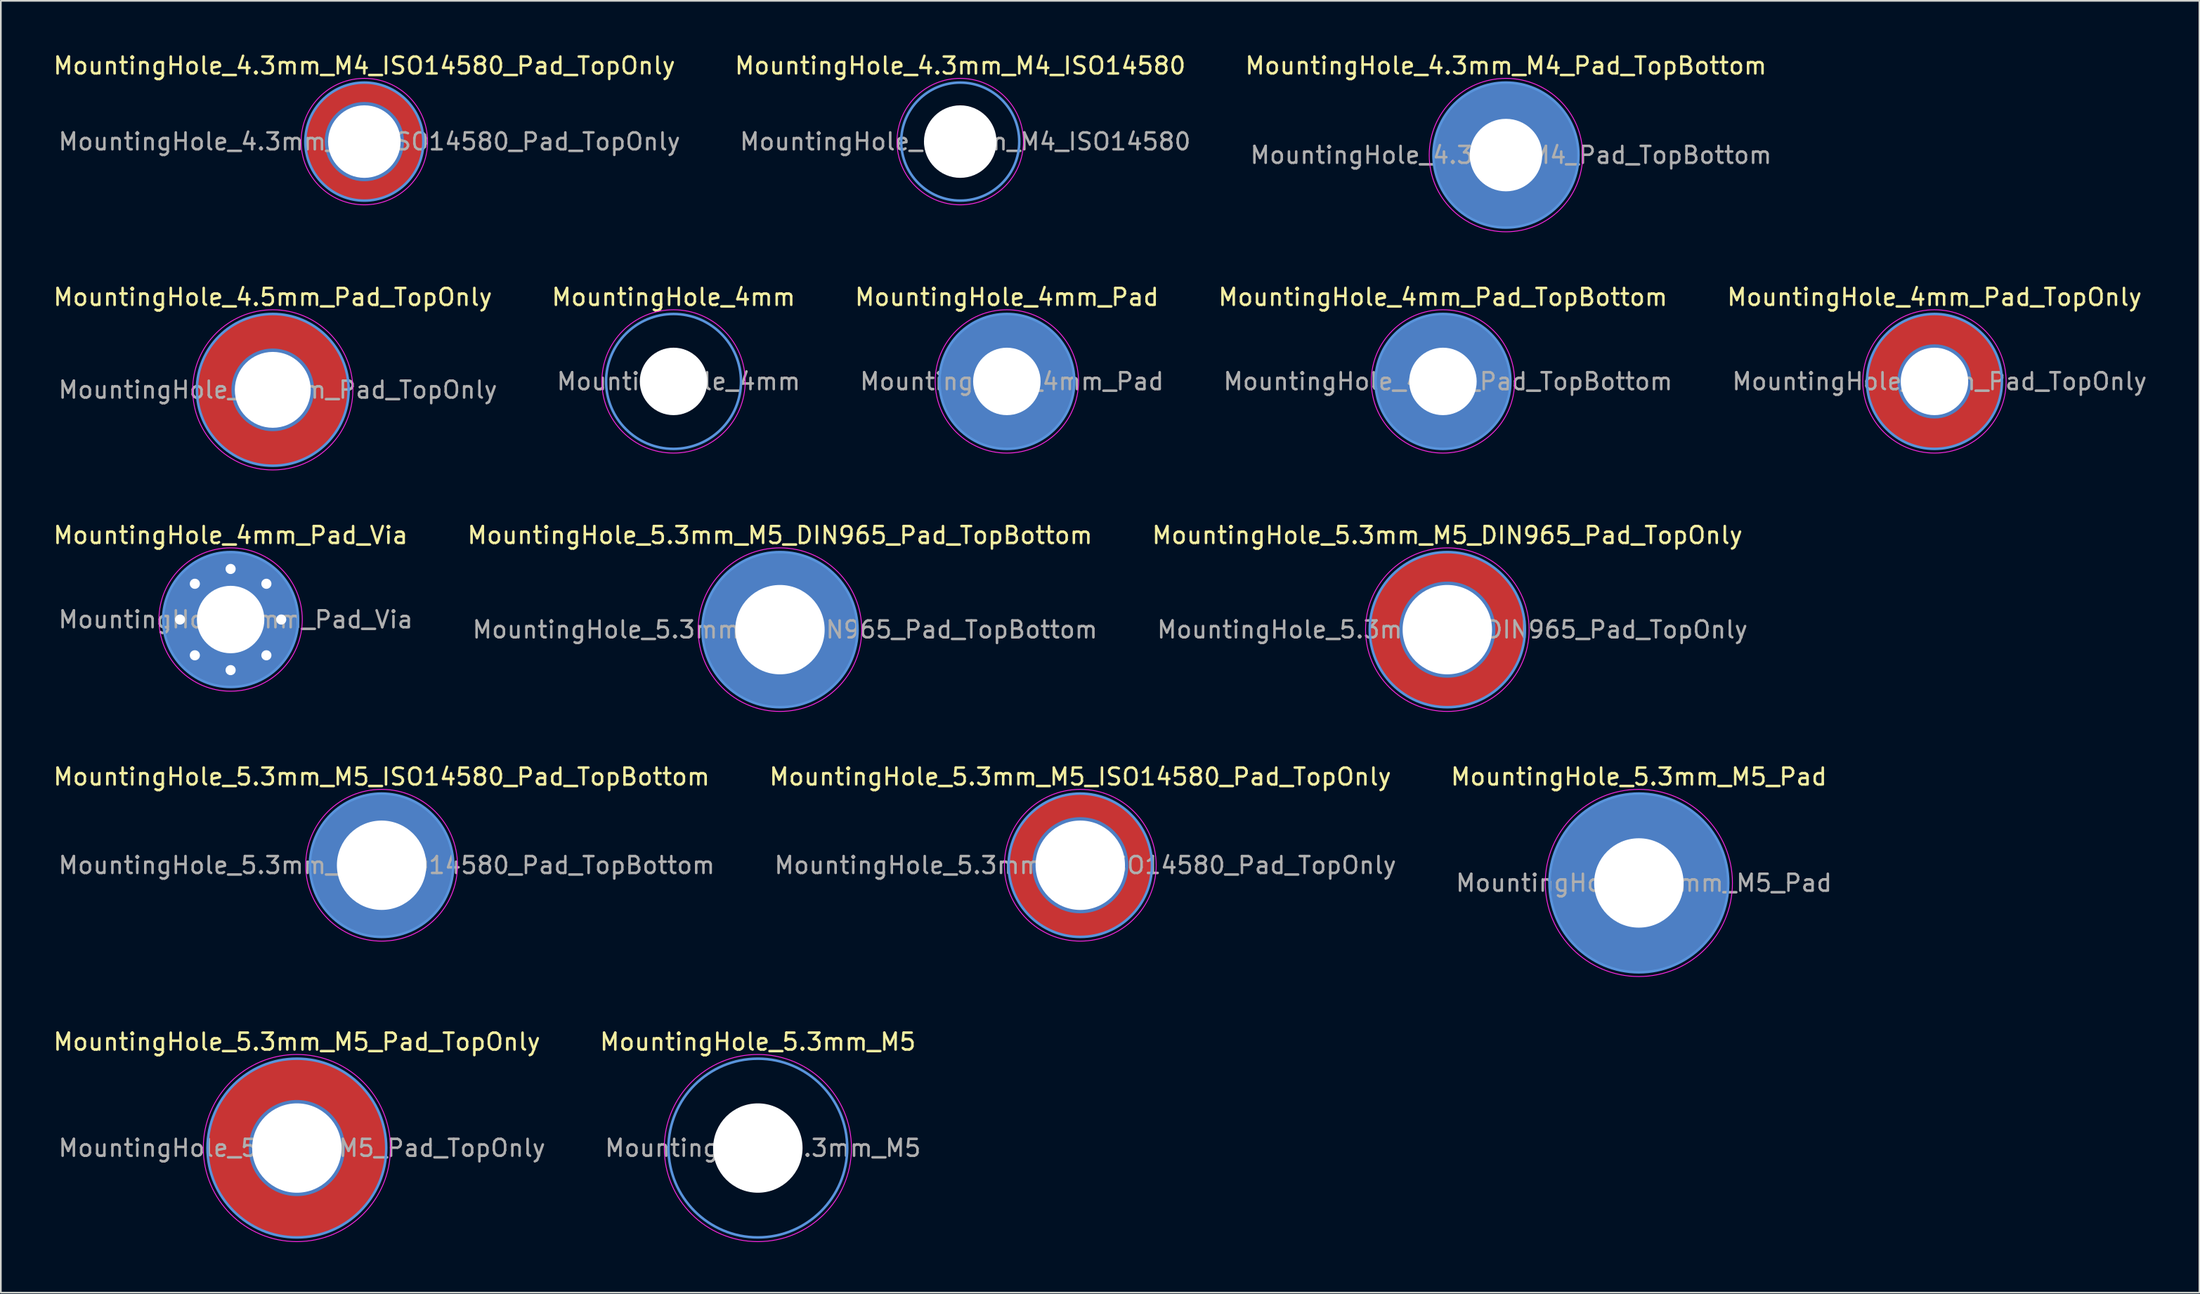
<source format=kicad_pcb>
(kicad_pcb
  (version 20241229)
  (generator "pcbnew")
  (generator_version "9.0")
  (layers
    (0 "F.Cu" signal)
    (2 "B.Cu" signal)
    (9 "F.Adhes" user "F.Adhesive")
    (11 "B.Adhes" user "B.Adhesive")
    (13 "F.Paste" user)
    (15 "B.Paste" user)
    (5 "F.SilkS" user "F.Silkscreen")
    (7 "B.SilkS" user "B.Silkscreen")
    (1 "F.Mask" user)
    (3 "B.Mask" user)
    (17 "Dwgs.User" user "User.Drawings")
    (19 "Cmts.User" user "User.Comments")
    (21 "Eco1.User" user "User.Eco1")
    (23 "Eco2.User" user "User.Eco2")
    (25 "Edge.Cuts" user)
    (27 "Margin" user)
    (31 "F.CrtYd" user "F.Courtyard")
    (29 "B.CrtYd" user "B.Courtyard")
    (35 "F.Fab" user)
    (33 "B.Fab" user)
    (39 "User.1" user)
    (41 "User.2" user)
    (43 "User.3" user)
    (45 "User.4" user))
  (footprint "MountingHole_4.3mm_M4_Pad_TopBottom"
    (layer "F.Cu")
    (at 86.249 6.148)
    (property "Reference" "MountingHole_4.3mm_M4_Pad_TopBottom" (at 0 -5.3 0) (layer "F.SilkS") (effects (font (size 1 1) (thickness 0.15))))
    (attr exclude_from_pos_files exclude_from_bom)
    (fp_circle (center 0 0) (end 4.3 0) (stroke (width 0.15) (type solid)) (fill no) (layer "Cmts.User"))
    (fp_circle (center 0 0) (end 4.55 0) (stroke (width 0.05) (type solid)) (fill no) (layer "F.CrtYd"))
    (fp_text user "${REFERENCE}" (at 0.3 0 0) (layer "F.Fab") (effects (font (size 1 1) (thickness 0.15))))
    (pad "1" thru_hole circle (at 0 0) (size 4.7 4.7) (drill 4.3) (layers "*.Cu" "*.Mask"))
    (pad "1" connect circle (at 0 0) (size 8.6 8.6) (layers "F.Cu" "F.Mask"))
    (pad "1" connect circle (at 0 0) (size 8.6 8.6) (layers "B.Cu" "B.Mask")))
  (footprint "MountingHole_5.3mm_M5_DIN965_Pad_TopBottom"
    (layer "F.Cu")
    (at 43.199 34.295)
    (property "Reference" "MountingHole_5.3mm_M5_DIN965_Pad_TopBottom" (at 0 -5.6 0) (layer "F.SilkS") (effects (font (size 1 1) (thickness 0.15))))
    (attr exclude_from_pos_files exclude_from_bom)
    (fp_circle (center 0 0) (end 4.6 0) (stroke (width 0.15) (type solid)) (fill no) (layer "Cmts.User"))
    (fp_circle (center 0 0) (end 4.85 0) (stroke (width 0.05) (type solid)) (fill no) (layer "F.CrtYd"))
    (fp_text user "${REFERENCE}" (at 0.3 0 0) (layer "F.Fab") (effects (font (size 1 1) (thickness 0.15))))
    (pad "1" thru_hole circle (at 0 0) (size 5.7 5.7) (drill 5.3) (layers "*.Cu" "*.Mask"))
    (pad "1" connect circle (at 0 0) (size 9.2 9.2) (layers "F.Cu" "F.Mask"))
    (pad "1" connect circle (at 0 0) (size 9.2 9.2) (layers "B.Cu" "B.Mask")))
  (footprint "MountingHole_5.3mm_M5_Pad_TopOnly"
    (layer "F.Cu")
    (at 14.554 65.041)
    (property "Reference" "MountingHole_5.3mm_M5_Pad_TopOnly" (at 0 -6.3 0) (layer "F.SilkS") (effects (font (size 1 1) (thickness 0.15))))
    (attr exclude_from_pos_files exclude_from_bom)
    (fp_circle (center 0 0) (end 5.3 0) (stroke (width 0.15) (type solid)) (fill no) (layer "Cmts.User"))
    (fp_circle (center 0 0) (end 5.55 0) (stroke (width 0.05) (type solid)) (fill no) (layer "F.CrtYd"))
    (fp_text user "${REFERENCE}" (at 0.3 0 0) (layer "F.Fab") (effects (font (size 1 1) (thickness 0.15))))
    (pad "1" thru_hole circle (at 0 0) (size 5.7 5.7) (drill 5.3) (layers "*.Cu" "*.Mask"))
    (pad "1" connect circle (at 0 0) (size 10.6 10.6) (layers "F.Cu" "F.Mask")))
  (footprint "MountingHole_4mm_Pad_TopOnly"
    (layer "F.Cu")
    (at 111.658 19.572)
    (property "Reference" "MountingHole_4mm_Pad_TopOnly" (at 0 -5 0) (layer "F.SilkS") (effects (font (size 1 1) (thickness 0.15))))
    (attr exclude_from_pos_files exclude_from_bom)
    (fp_circle (center 0 0) (end 4 0) (stroke (width 0.15) (type solid)) (fill no) (layer "Cmts.User"))
    (fp_circle (center 0 0) (end 4.25 0) (stroke (width 0.05) (type solid)) (fill no) (layer "F.CrtYd"))
    (fp_text user "${REFERENCE}" (at 0.3 0 0) (layer "F.Fab") (effects (font (size 1 1) (thickness 0.15))))
    (pad "1" thru_hole circle (at 0 0) (size 4.4 4.4) (drill 4) (layers "*.Cu" "*.Mask"))
    (pad "1" connect circle (at 0 0) (size 8 8) (layers "F.Cu" "F.Mask")))
  (footprint "MountingHole_4mm"
    (layer "F.Cu")
    (at 36.889 19.572)
    (property "Reference" "MountingHole_4mm" (at 0 -5 0) (layer "F.SilkS") (effects (font (size 1 1) (thickness 0.15))))
    (attr exclude_from_pos_files exclude_from_bom)
    (fp_circle (center 0 0) (end 4 0) (stroke (width 0.15) (type solid)) (fill no) (layer "Cmts.User"))
    (fp_circle (center 0 0) (end 4.25 0) (stroke (width 0.05) (type solid)) (fill no) (layer "F.CrtYd"))
    (fp_text user "${REFERENCE}" (at 0.3 0 0) (layer "F.Fab") (effects (font (size 1 1) (thickness 0.15))))
    (pad "" np_thru_hole circle (at 0 0) (size 4 4) (drill 4) (layers "*.Cu" "*.Mask")))
  (footprint "MountingHole_4mm_Pad_Via"
    (layer "F.Cu")
    (at 10.625 33.695)
    (property "Reference" "MountingHole_4mm_Pad_Via" (at 0 -5 0) (layer "F.SilkS") (effects (font (size 1 1) (thickness 0.15))))
    (attr exclude_from_pos_files exclude_from_bom)
    (fp_circle (center 0 0) (end 4 0) (stroke (width 0.15) (type solid)) (fill no) (layer "Cmts.User"))
    (fp_circle (center 0 0) (end 4.25 0) (stroke (width 0.05) (type solid)) (fill no) (layer "F.CrtYd"))
    (fp_text user "${REFERENCE}" (at 0.3 0 0) (layer "F.Fab") (effects (font (size 1 1) (thickness 0.15))))
    (pad "1" thru_hole circle (at -3 0) (size 0.9 0.9) (drill 0.6) (layers "*.Cu" "*.Mask"))
    (pad "1" thru_hole circle (at -2.121 -2.121) (size 0.9 0.9) (drill 0.6) (layers "*.Cu" "*.Mask"))
    (pad "1" thru_hole circle (at -2.121 2.121) (size 0.9 0.9) (drill 0.6) (layers "*.Cu" "*.Mask"))
    (pad "1" thru_hole circle (at 0 -3) (size 0.9 0.9) (drill 0.6) (layers "*.Cu" "*.Mask"))
    (pad "1" thru_hole circle (at 0 0) (size 8 8) (drill 4) (layers "*.Cu" "*.Mask"))
    (pad "1" thru_hole circle (at 0 3) (size 0.9 0.9) (drill 0.6) (layers "*.Cu" "*.Mask"))
    (pad "1" thru_hole circle (at 2.121 -2.121) (size 0.9 0.9) (drill 0.6) (layers "*.Cu" "*.Mask"))
    (pad "1" thru_hole circle (at 2.121 2.121) (size 0.9 0.9) (drill 0.6) (layers "*.Cu" "*.Mask"))
    (pad "1" thru_hole circle (at 3 0) (size 0.9 0.9) (drill 0.6) (layers "*.Cu" "*.Mask")))
  (footprint "MountingHole_4.5mm_Pad_TopOnly"
    (layer "F.Cu")
    (at 13.125 20.072)
    (property "Reference" "MountingHole_4.5mm_Pad_TopOnly" (at 0 -5.5 0) (layer "F.SilkS") (effects (font (size 1 1) (thickness 0.15))))
    (attr exclude_from_pos_files exclude_from_bom)
    (fp_circle (center 0 0) (end 4.5 0) (stroke (width 0.15) (type solid)) (fill no) (layer "Cmts.User"))
    (fp_circle (center 0 0) (end 4.75 0) (stroke (width 0.05) (type solid)) (fill no) (layer "F.CrtYd"))
    (fp_text user "${REFERENCE}" (at 0.3 0 0) (layer "F.Fab") (effects (font (size 1 1) (thickness 0.15))))
    (pad "1" thru_hole circle (at 0 0) (size 4.9 4.9) (drill 4.5) (layers "*.Cu" "*.Mask"))
    (pad "1" connect circle (at 0 0) (size 9 9) (layers "F.Cu" "F.Mask")))
  (footprint "MountingHole_5.3mm_M5_Pad"
    (layer "F.Cu")
    (at 94.13 49.318)
    (property "Reference" "MountingHole_5.3mm_M5_Pad" (at 0 -6.3 0) (layer "F.SilkS") (effects (font (size 1 1) (thickness 0.15))))
    (attr exclude_from_pos_files exclude_from_bom)
    (fp_circle (center 0 0) (end 5.3 0) (stroke (width 0.15) (type solid)) (fill no) (layer "Cmts.User"))
    (fp_circle (center 0 0) (end 5.55 0) (stroke (width 0.05) (type solid)) (fill no) (layer "F.CrtYd"))
    (fp_text user "${REFERENCE}" (at 0.3 0 0) (layer "F.Fab") (effects (font (size 1 1) (thickness 0.15))))
    (pad "1" thru_hole circle (at 0 0) (size 10.6 10.6) (drill 5.3) (layers "*.Cu" "*.Mask")))
  (footprint "MountingHole_4mm_Pad_TopBottom"
    (layer "F.Cu")
    (at 82.513 19.572)
    (property "Reference" "MountingHole_4mm_Pad_TopBottom" (at 0 -5 0) (layer "F.SilkS") (effects (font (size 1 1) (thickness 0.15))))
    (attr exclude_from_pos_files exclude_from_bom)
    (fp_circle (center 0 0) (end 4 0) (stroke (width 0.15) (type solid)) (fill no) (layer "Cmts.User"))
    (fp_circle (center 0 0) (end 4.25 0) (stroke (width 0.05) (type solid)) (fill no) (layer "F.CrtYd"))
    (fp_text user "${REFERENCE}" (at 0.3 0 0) (layer "F.Fab") (effects (font (size 1 1) (thickness 0.15))))
    (pad "1" thru_hole circle (at 0 0) (size 4.4 4.4) (drill 4) (layers "*.Cu" "*.Mask"))
    (pad "1" connect circle (at 0 0) (size 8 8) (layers "F.Cu" "F.Mask"))
    (pad "1" connect circle (at 0 0) (size 8 8) (layers "B.Cu" "B.Mask")))
  (footprint "MountingHole_5.3mm_M5_ISO14580_Pad_TopBottom"
    (layer "F.Cu")
    (at 19.577 48.268)
    (property "Reference" "MountingHole_5.3mm_M5_ISO14580_Pad_TopBottom" (at 0 -5.25 0) (layer "F.SilkS") (effects (font (size 1 1) (thickness 0.15))))
    (attr exclude_from_pos_files exclude_from_bom)
    (fp_circle (center 0 0) (end 4.25 0) (stroke (width 0.15) (type solid)) (fill no) (layer "Cmts.User"))
    (fp_circle (center 0 0) (end 4.5 0) (stroke (width 0.05) (type solid)) (fill no) (layer "F.CrtYd"))
    (fp_text user "${REFERENCE}" (at 0.3 0 0) (layer "F.Fab") (effects (font (size 1 1) (thickness 0.15))))
    (pad "1" thru_hole circle (at 0 0) (size 5.7 5.7) (drill 5.3) (layers "*.Cu" "*.Mask"))
    (pad "1" connect circle (at 0 0) (size 8.5 8.5) (layers "F.Cu" "F.Mask"))
    (pad "1" connect circle (at 0 0) (size 8.5 8.5) (layers "B.Cu" "B.Mask")))
  (footprint "MountingHole_5.3mm_M5"
    (layer "F.Cu")
    (at 41.889 65.041)
    (property "Reference" "MountingHole_5.3mm_M5" (at 0 -6.3 0) (layer "F.SilkS") (effects (font (size 1 1) (thickness 0.15))))
    (attr exclude_from_pos_files exclude_from_bom)
    (fp_circle (center 0 0) (end 5.3 0) (stroke (width 0.15) (type solid)) (fill no) (layer "Cmts.User"))
    (fp_circle (center 0 0) (end 5.55 0) (stroke (width 0.05) (type solid)) (fill no) (layer "F.CrtYd"))
    (fp_text user "${REFERENCE}" (at 0.3 0 0) (layer "F.Fab") (effects (font (size 1 1) (thickness 0.15))))
    (pad "" np_thru_hole circle (at 0 0) (size 5.3 5.3) (drill 5.3) (layers "*.Cu" "*.Mask")))
  (footprint "MountingHole_4.3mm_M4_ISO14580_Pad_TopOnly"
    (layer "F.Cu")
    (at 18.554 5.348)
    (property "Reference" "MountingHole_4.3mm_M4_ISO14580_Pad_TopOnly" (at 0 -4.5 0) (layer "F.SilkS") (effects (font (size 1 1) (thickness 0.15))))
    (attr exclude_from_pos_files exclude_from_bom)
    (fp_circle (center 0 0) (end 3.5 0) (stroke (width 0.15) (type solid)) (fill no) (layer "Cmts.User"))
    (fp_circle (center 0 0) (end 3.75 0) (stroke (width 0.05) (type solid)) (fill no) (layer "F.CrtYd"))
    (fp_text user "${REFERENCE}" (at 0.3 0 0) (layer "F.Fab") (effects (font (size 1 1) (thickness 0.15))))
    (pad "1" thru_hole circle (at 0 0) (size 4.7 4.7) (drill 4.3) (layers "*.Cu" "*.Mask"))
    (pad "1" connect circle (at 0 0) (size 7 7) (layers "F.Cu" "F.Mask")))
  (footprint "MountingHole_4.3mm_M4_ISO14580"
    (layer "F.Cu")
    (at 53.889 5.348)
    (property "Reference" "MountingHole_4.3mm_M4_ISO14580" (at 0 -4.5 0) (layer "F.SilkS") (effects (font (size 1 1) (thickness 0.15))))
    (attr exclude_from_pos_files exclude_from_bom)
    (fp_circle (center 0 0) (end 3.5 0) (stroke (width 0.15) (type solid)) (fill no) (layer "Cmts.User"))
    (fp_circle (center 0 0) (end 3.75 0) (stroke (width 0.05) (type solid)) (fill no) (layer "F.CrtYd"))
    (fp_text user "${REFERENCE}" (at 0.3 0 0) (layer "F.Fab") (effects (font (size 1 1) (thickness 0.15))))
    (pad "" np_thru_hole circle (at 0 0) (size 4.3 4.3) (drill 4.3) (layers "*.Cu" "*.Mask")))
  (footprint "MountingHole_5.3mm_M5_ISO14580_Pad_TopOnly"
    (layer "F.Cu")
    (at 61.008 48.268)
    (property "Reference" "MountingHole_5.3mm_M5_ISO14580_Pad_TopOnly" (at 0 -5.25 0) (layer "F.SilkS") (effects (font (size 1 1) (thickness 0.15))))
    (attr exclude_from_pos_files exclude_from_bom)
    (fp_circle (center 0 0) (end 4.25 0) (stroke (width 0.15) (type solid)) (fill no) (layer "Cmts.User"))
    (fp_circle (center 0 0) (end 4.5 0) (stroke (width 0.05) (type solid)) (fill no) (layer "F.CrtYd"))
    (fp_text user "${REFERENCE}" (at 0.3 0 0) (layer "F.Fab") (effects (font (size 1 1) (thickness 0.15))))
    (pad "1" thru_hole circle (at 0 0) (size 5.7 5.7) (drill 5.3) (layers "*.Cu" "*.Mask"))
    (pad "1" connect circle (at 0 0) (size 8.5 8.5) (layers "F.Cu" "F.Mask")))
  (footprint "MountingHole_5.3mm_M5_DIN965_Pad_TopOnly"
    (layer "F.Cu")
    (at 82.773 34.295)
    (property "Reference" "MountingHole_5.3mm_M5_DIN965_Pad_TopOnly" (at 0 -5.6 0) (layer "F.SilkS") (effects (font (size 1 1) (thickness 0.15))))
    (attr exclude_from_pos_files exclude_from_bom)
    (fp_circle (center 0 0) (end 4.6 0) (stroke (width 0.15) (type solid)) (fill no) (layer "Cmts.User"))
    (fp_circle (center 0 0) (end 4.85 0) (stroke (width 0.05) (type solid)) (fill no) (layer "F.CrtYd"))
    (fp_text user "${REFERENCE}" (at 0.3 0 0) (layer "F.Fab") (effects (font (size 1 1) (thickness 0.15))))
    (pad "1" thru_hole circle (at 0 0) (size 5.7 5.7) (drill 5.3) (layers "*.Cu" "*.Mask"))
    (pad "1" connect circle (at 0 0) (size 9.2 9.2) (layers "F.Cu" "F.Mask")))
  (footprint "MountingHole_4mm_Pad"
    (layer "F.Cu")
    (at 56.654 19.572)
    (property "Reference" "MountingHole_4mm_Pad" (at 0 -5 0) (layer "F.SilkS") (effects (font (size 1 1) (thickness 0.15))))
    (attr exclude_from_pos_files exclude_from_bom)
    (fp_circle (center 0 0) (end 4 0) (stroke (width 0.15) (type solid)) (fill no) (layer "Cmts.User"))
    (fp_circle (center 0 0) (end 4.25 0) (stroke (width 0.05) (type solid)) (fill no) (layer "F.CrtYd"))
    (fp_text user "${REFERENCE}" (at 0.3 0 0) (layer "F.Fab") (effects (font (size 1 1) (thickness 0.15))))
    (pad "1" thru_hole circle (at 0 0) (size 8 8) (drill 4) (layers "*.Cu" "*.Mask")))
  (gr_rect
    (start -3 -3)
    (end 127.369 73.616)
    (stroke (width 0.1) (type default))
    (fill no)
    (layer "Edge.Cuts")))
</source>
